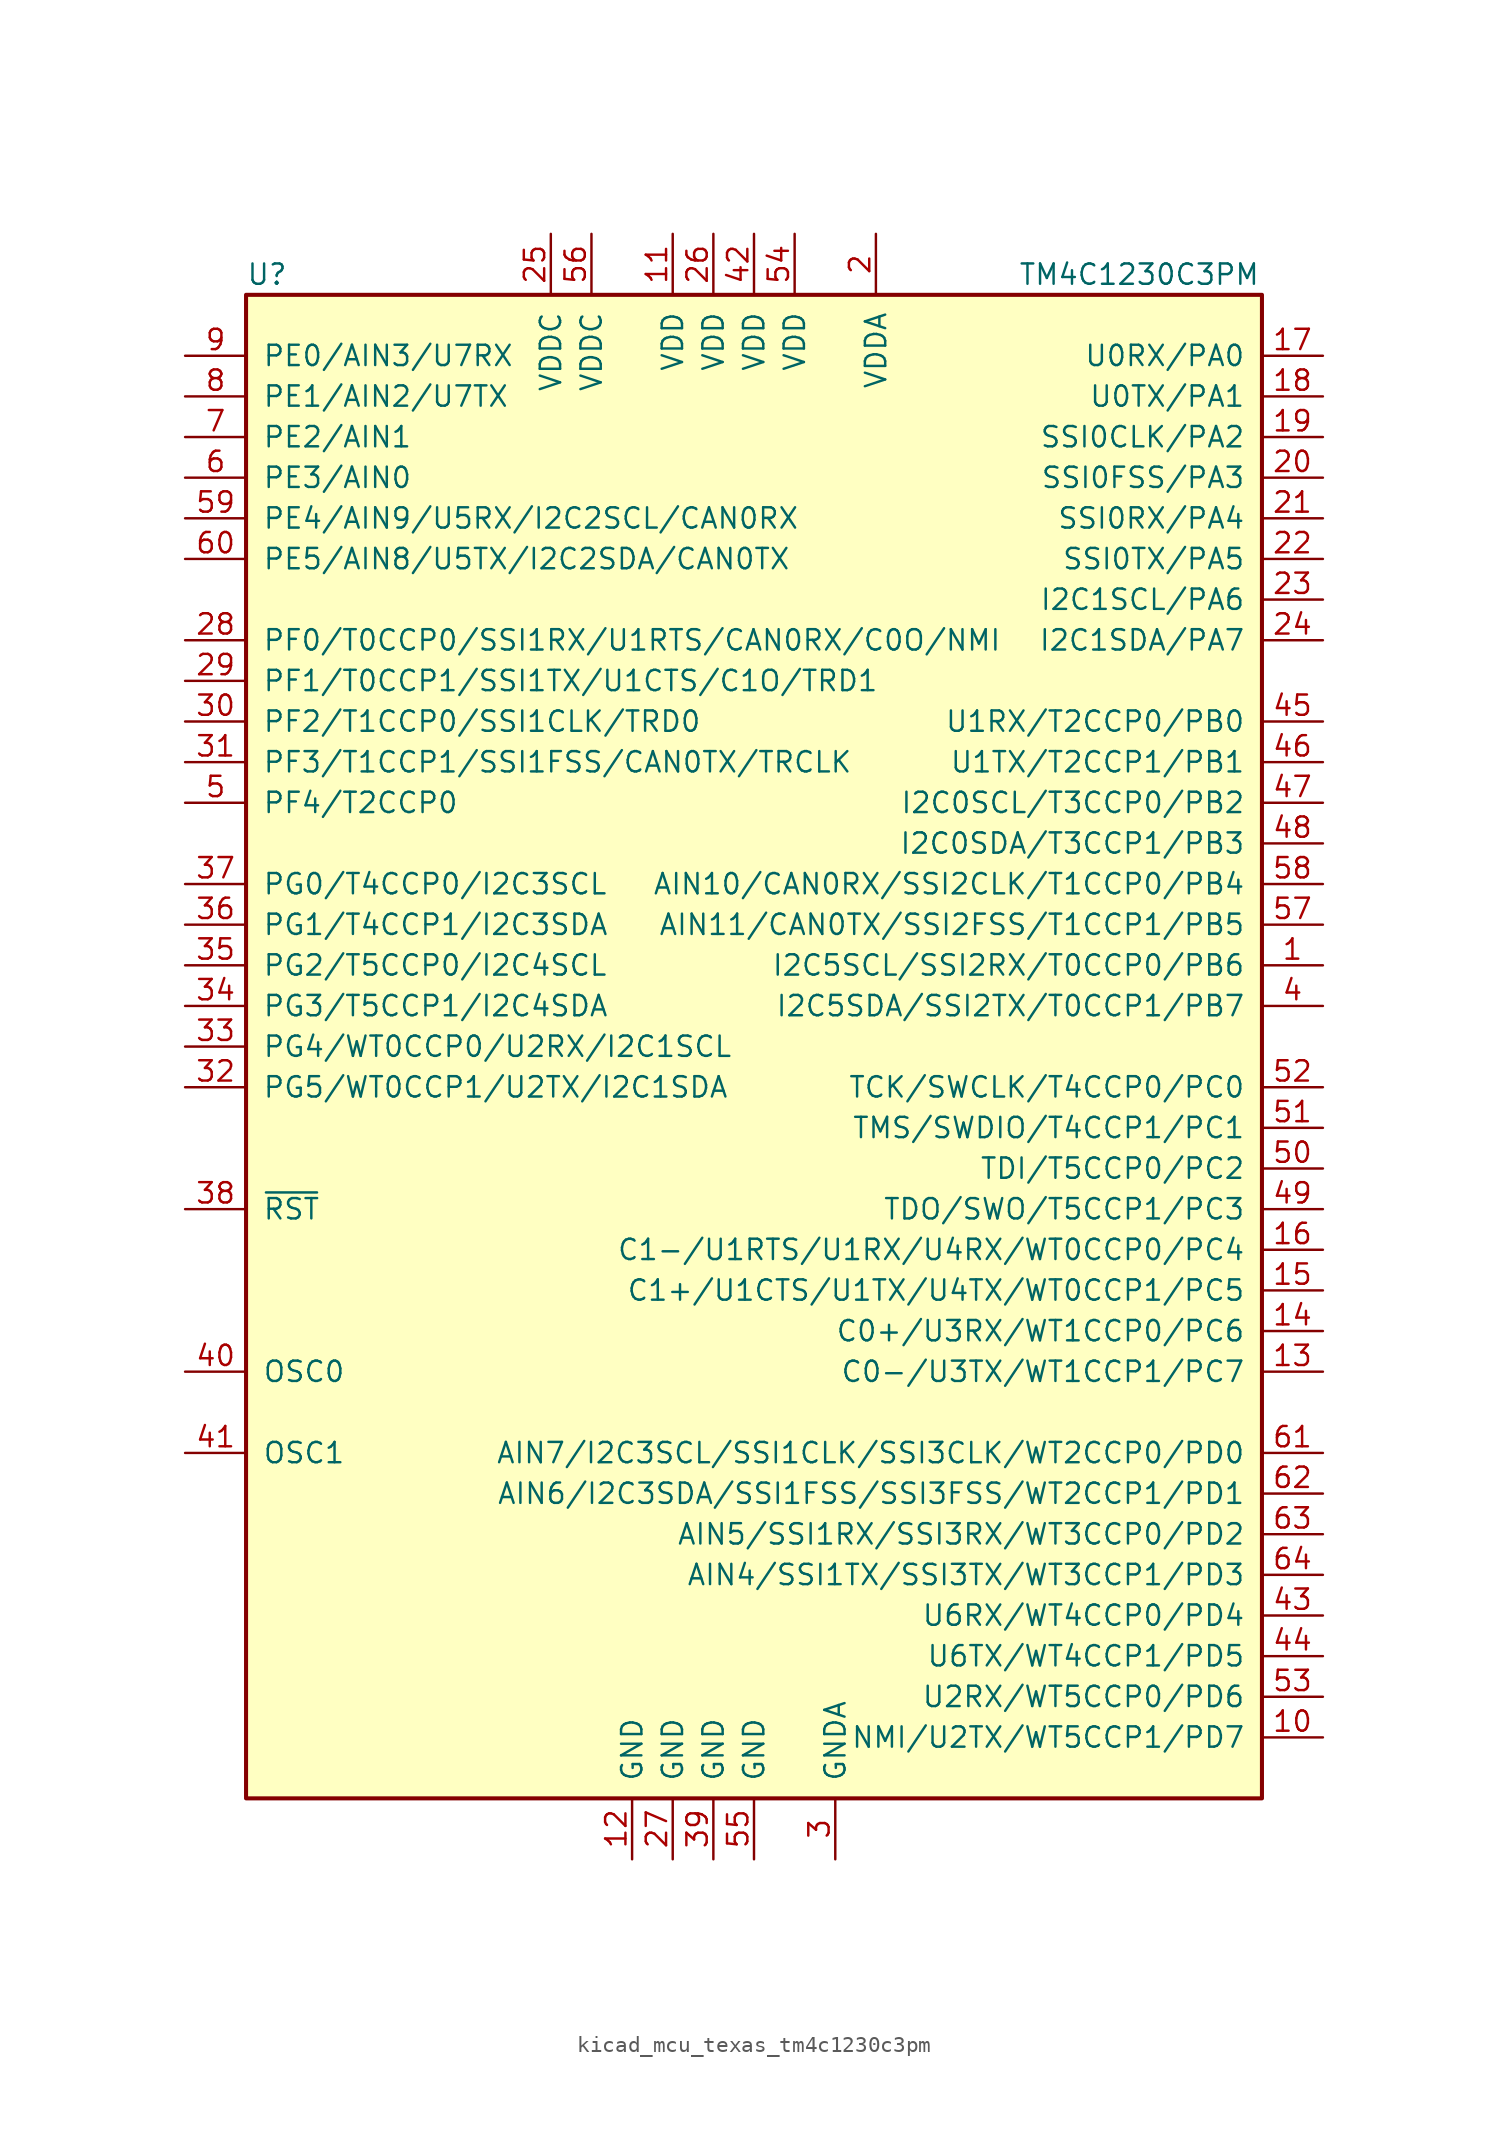
<source format=kicad_sym>
(kicad_symbol_lib
  (version 20220914)
  (generator kicad_symbol_editor)
  (symbol "kicad_mcu_texas_tm4c1230c3pm"
    (pin_names
      (offset 1.016))
    (property "Reference" "U"
      (at -31.75 48.26 0)
      (effects (font (size 1.27 1.27)) (justify left)))
    (property "Value" "TM4C1230C3PM"
      (at 16.51 48.26 0)
      (effects (font (size 1.27 1.27)) (justify left)))
    (symbol "kicad_mcu_texas_tm4c1230c3pm_0_1"
      (rectangle (start -31.75 46.99) (end 31.75 -46.99) (stroke (width 0.254) (type default)) (fill (type background))))
    (symbol "kicad_mcu_texas_tm4c1230c3pm_1_1"
      (pin bidirectional line (at 35.56 5.08 180) (length 3.81) (name "I2C5SCL/SSI2RX/T0CCP0/PB6" (effects (font (size 1.27 1.27)))) (number "1" (effects (font (size 1.27 1.27)))))
      (pin bidirectional line (at 35.56 -43.18 180) (length 3.81) (name "NMI/U2TX/WT5CCP1/PD7" (effects (font (size 1.27 1.27)))) (number "10" (effects (font (size 1.27 1.27)))))
      (pin power_in line (at -5.08 50.8 270) (length 3.81) (name "VDD" (effects (font (size 1.27 1.27)))) (number "11" (effects (font (size 1.27 1.27)))))
      (pin power_in line (at -7.62 -50.8 90) (length 3.81) (name "GND" (effects (font (size 1.27 1.27)))) (number "12" (effects (font (size 1.27 1.27)))))
      (pin bidirectional line (at 35.56 -20.32 180) (length 3.81) (name "C0-/U3TX/WT1CCP1/PC7" (effects (font (size 1.27 1.27)))) (number "13" (effects (font (size 1.27 1.27)))))
      (pin bidirectional line (at 35.56 -17.78 180) (length 3.81) (name "C0+/U3RX/WT1CCP0/PC6" (effects (font (size 1.27 1.27)))) (number "14" (effects (font (size 1.27 1.27)))))
      (pin bidirectional line (at 35.56 -15.24 180) (length 3.81) (name "C1+/U1CTS/U1TX/U4TX/WT0CCP1/PC5" (effects (font (size 1.27 1.27)))) (number "15" (effects (font (size 1.27 1.27)))))
      (pin bidirectional line (at 35.56 -12.7 180) (length 3.81) (name "C1-/U1RTS/U1RX/U4RX/WT0CCP0/PC4" (effects (font (size 1.27 1.27)))) (number "16" (effects (font (size 1.27 1.27)))))
      (pin bidirectional line (at 35.56 43.18 180) (length 3.81) (name "U0RX/PA0" (effects (font (size 1.27 1.27)))) (number "17" (effects (font (size 1.27 1.27)))))
      (pin bidirectional line (at 35.56 40.64 180) (length 3.81) (name "U0TX/PA1" (effects (font (size 1.27 1.27)))) (number "18" (effects (font (size 1.27 1.27)))))
      (pin bidirectional line (at 35.56 38.1 180) (length 3.81) (name "SSI0CLK/PA2" (effects (font (size 1.27 1.27)))) (number "19" (effects (font (size 1.27 1.27)))))
      (pin power_in line (at 7.62 50.8 270) (length 3.81) (name "VDDA" (effects (font (size 1.27 1.27)))) (number "2" (effects (font (size 1.27 1.27)))))
      (pin bidirectional line (at 35.56 35.56 180) (length 3.81) (name "SSI0FSS/PA3" (effects (font (size 1.27 1.27)))) (number "20" (effects (font (size 1.27 1.27)))))
      (pin bidirectional line (at 35.56 33.02 180) (length 3.81) (name "SSI0RX/PA4" (effects (font (size 1.27 1.27)))) (number "21" (effects (font (size 1.27 1.27)))))
      (pin bidirectional line (at 35.56 30.48 180) (length 3.81) (name "SSI0TX/PA5" (effects (font (size 1.27 1.27)))) (number "22" (effects (font (size 1.27 1.27)))))
      (pin bidirectional line (at 35.56 27.94 180) (length 3.81) (name "I2C1SCL/PA6" (effects (font (size 1.27 1.27)))) (number "23" (effects (font (size 1.27 1.27)))))
      (pin bidirectional line (at 35.56 25.4 180) (length 3.81) (name "I2C1SDA/PA7" (effects (font (size 1.27 1.27)))) (number "24" (effects (font (size 1.27 1.27)))))
      (pin power_in line (at -12.7 50.8 270) (length 3.81) (name "VDDC" (effects (font (size 1.27 1.27)))) (number "25" (effects (font (size 1.27 1.27)))))
      (pin power_in line (at -2.54 50.8 270) (length 3.81) (name "VDD" (effects (font (size 1.27 1.27)))) (number "26" (effects (font (size 1.27 1.27)))))
      (pin power_in line (at -5.08 -50.8 90) (length 3.81) (name "GND" (effects (font (size 1.27 1.27)))) (number "27" (effects (font (size 1.27 1.27)))))
      (pin bidirectional line (at -35.56 25.4 0) (length 3.81) (name "PF0/T0CCP0/SSI1RX/U1RTS/CAN0RX/C0O/NMI" (effects (font (size 1.27 1.27)))) (number "28" (effects (font (size 1.27 1.27)))))
      (pin bidirectional line (at -35.56 22.86 0) (length 3.81) (name "PF1/T0CCP1/SSI1TX/U1CTS/C1O/TRD1" (effects (font (size 1.27 1.27)))) (number "29" (effects (font (size 1.27 1.27)))))
      (pin power_in line (at 5.08 -50.8 90) (length 3.81) (name "GNDA" (effects (font (size 1.27 1.27)))) (number "3" (effects (font (size 1.27 1.27)))))
      (pin bidirectional line (at -35.56 20.32 0) (length 3.81) (name "PF2/T1CCP0/SSI1CLK/TRD0" (effects (font (size 1.27 1.27)))) (number "30" (effects (font (size 1.27 1.27)))))
      (pin bidirectional line (at -35.56 17.78 0) (length 3.81) (name "PF3/T1CCP1/SSI1FSS/CAN0TX/TRCLK" (effects (font (size 1.27 1.27)))) (number "31" (effects (font (size 1.27 1.27)))))
      (pin bidirectional line (at -35.56 -2.54 0) (length 3.81) (name "PG5/WT0CCP1/U2TX/I2C1SDA" (effects (font (size 1.27 1.27)))) (number "32" (effects (font (size 1.27 1.27)))))
      (pin bidirectional line (at -35.56 0 0) (length 3.81) (name "PG4/WT0CCP0/U2RX/I2C1SCL" (effects (font (size 1.27 1.27)))) (number "33" (effects (font (size 1.27 1.27)))))
      (pin bidirectional line (at -35.56 2.54 0) (length 3.81) (name "PG3/T5CCP1/I2C4SDA" (effects (font (size 1.27 1.27)))) (number "34" (effects (font (size 1.27 1.27)))))
      (pin bidirectional line (at -35.56 5.08 0) (length 3.81) (name "PG2/T5CCP0/I2C4SCL" (effects (font (size 1.27 1.27)))) (number "35" (effects (font (size 1.27 1.27)))))
      (pin bidirectional line (at -35.56 7.62 0) (length 3.81) (name "PG1/T4CCP1/I2C3SDA" (effects (font (size 1.27 1.27)))) (number "36" (effects (font (size 1.27 1.27)))))
      (pin bidirectional line (at -35.56 10.16 0) (length 3.81) (name "PG0/T4CCP0/I2C3SCL" (effects (font (size 1.27 1.27)))) (number "37" (effects (font (size 1.27 1.27)))))
      (pin input line (at -35.56 -10.16 0) (length 3.81) (name "~{RST}" (effects (font (size 1.27 1.27)))) (number "38" (effects (font (size 1.27 1.27)))))
      (pin power_in line (at -2.54 -50.8 90) (length 3.81) (name "GND" (effects (font (size 1.27 1.27)))) (number "39" (effects (font (size 1.27 1.27)))))
      (pin bidirectional line (at 35.56 2.54 180) (length 3.81) (name "I2C5SDA/SSI2TX/T0CCP1/PB7" (effects (font (size 1.27 1.27)))) (number "4" (effects (font (size 1.27 1.27)))))
      (pin passive line (at -35.56 -20.32 0) (length 3.81) (name "OSC0" (effects (font (size 1.27 1.27)))) (number "40" (effects (font (size 1.27 1.27)))))
      (pin passive line (at -35.56 -25.4 0) (length 3.81) (name "OSC1" (effects (font (size 1.27 1.27)))) (number "41" (effects (font (size 1.27 1.27)))))
      (pin power_in line (at 0 50.8 270) (length 3.81) (name "VDD" (effects (font (size 1.27 1.27)))) (number "42" (effects (font (size 1.27 1.27)))))
      (pin bidirectional line (at 35.56 -35.56 180) (length 3.81) (name "U6RX/WT4CCP0/PD4" (effects (font (size 1.27 1.27)))) (number "43" (effects (font (size 1.27 1.27)))))
      (pin bidirectional line (at 35.56 -38.1 180) (length 3.81) (name "U6TX/WT4CCP1/PD5" (effects (font (size 1.27 1.27)))) (number "44" (effects (font (size 1.27 1.27)))))
      (pin bidirectional line (at 35.56 20.32 180) (length 3.81) (name "U1RX/T2CCP0/PB0" (effects (font (size 1.27 1.27)))) (number "45" (effects (font (size 1.27 1.27)))))
      (pin bidirectional line (at 35.56 17.78 180) (length 3.81) (name "U1TX/T2CCP1/PB1" (effects (font (size 1.27 1.27)))) (number "46" (effects (font (size 1.27 1.27)))))
      (pin bidirectional line (at 35.56 15.24 180) (length 3.81) (name "I2C0SCL/T3CCP0/PB2" (effects (font (size 1.27 1.27)))) (number "47" (effects (font (size 1.27 1.27)))))
      (pin bidirectional line (at 35.56 12.7 180) (length 3.81) (name "I2C0SDA/T3CCP1/PB3" (effects (font (size 1.27 1.27)))) (number "48" (effects (font (size 1.27 1.27)))))
      (pin bidirectional line (at 35.56 -10.16 180) (length 3.81) (name "TDO/SWO/T5CCP1/PC3" (effects (font (size 1.27 1.27)))) (number "49" (effects (font (size 1.27 1.27)))))
      (pin bidirectional line (at -35.56 15.24 0) (length 3.81) (name "PF4/T2CCP0" (effects (font (size 1.27 1.27)))) (number "5" (effects (font (size 1.27 1.27)))))
      (pin bidirectional line (at 35.56 -7.62 180) (length 3.81) (name "TDI/T5CCP0/PC2" (effects (font (size 1.27 1.27)))) (number "50" (effects (font (size 1.27 1.27)))))
      (pin bidirectional line (at 35.56 -5.08 180) (length 3.81) (name "TMS/SWDIO/T4CCP1/PC1" (effects (font (size 1.27 1.27)))) (number "51" (effects (font (size 1.27 1.27)))))
      (pin bidirectional line (at 35.56 -2.54 180) (length 3.81) (name "TCK/SWCLK/T4CCP0/PC0" (effects (font (size 1.27 1.27)))) (number "52" (effects (font (size 1.27 1.27)))))
      (pin bidirectional line (at 35.56 -40.64 180) (length 3.81) (name "U2RX/WT5CCP0/PD6" (effects (font (size 1.27 1.27)))) (number "53" (effects (font (size 1.27 1.27)))))
      (pin power_in line (at 2.54 50.8 270) (length 3.81) (name "VDD" (effects (font (size 1.27 1.27)))) (number "54" (effects (font (size 1.27 1.27)))))
      (pin power_in line (at 0 -50.8 90) (length 3.81) (name "GND" (effects (font (size 1.27 1.27)))) (number "55" (effects (font (size 1.27 1.27)))))
      (pin power_in line (at -10.16 50.8 270) (length 3.81) (name "VDDC" (effects (font (size 1.27 1.27)))) (number "56" (effects (font (size 1.27 1.27)))))
      (pin bidirectional line (at 35.56 7.62 180) (length 3.81) (name "AIN11/CAN0TX/SSI2FSS/T1CCP1/PB5" (effects (font (size 1.27 1.27)))) (number "57" (effects (font (size 1.27 1.27)))))
      (pin bidirectional line (at 35.56 10.16 180) (length 3.81) (name "AIN10/CAN0RX/SSI2CLK/T1CCP0/PB4" (effects (font (size 1.27 1.27)))) (number "58" (effects (font (size 1.27 1.27)))))
      (pin bidirectional line (at -35.56 33.02 0) (length 3.81) (name "PE4/AIN9/U5RX/I2C2SCL/CAN0RX" (effects (font (size 1.27 1.27)))) (number "59" (effects (font (size 1.27 1.27)))))
      (pin bidirectional line (at -35.56 35.56 0) (length 3.81) (name "PE3/AIN0" (effects (font (size 1.27 1.27)))) (number "6" (effects (font (size 1.27 1.27)))))
      (pin bidirectional line (at -35.56 30.48 0) (length 3.81) (name "PE5/AIN8/U5TX/I2C2SDA/CAN0TX" (effects (font (size 1.27 1.27)))) (number "60" (effects (font (size 1.27 1.27)))))
      (pin bidirectional line (at 35.56 -25.4 180) (length 3.81) (name "AIN7/I2C3SCL/SSI1CLK/SSI3CLK/WT2CCP0/PD0" (effects (font (size 1.27 1.27)))) (number "61" (effects (font (size 1.27 1.27)))))
      (pin bidirectional line (at 35.56 -27.94 180) (length 3.81) (name "AIN6/I2C3SDA/SSI1FSS/SSI3FSS/WT2CCP1/PD1" (effects (font (size 1.27 1.27)))) (number "62" (effects (font (size 1.27 1.27)))))
      (pin bidirectional line (at 35.56 -30.48 180) (length 3.81) (name "AIN5/SSI1RX/SSI3RX/WT3CCP0/PD2" (effects (font (size 1.27 1.27)))) (number "63" (effects (font (size 1.27 1.27)))))
      (pin bidirectional line (at 35.56 -33.02 180) (length 3.81) (name "AIN4/SSI1TX/SSI3TX/WT3CCP1/PD3" (effects (font (size 1.27 1.27)))) (number "64" (effects (font (size 1.27 1.27)))))
      (pin bidirectional line (at -35.56 38.1 0) (length 3.81) (name "PE2/AIN1" (effects (font (size 1.27 1.27)))) (number "7" (effects (font (size 1.27 1.27)))))
      (pin bidirectional line (at -35.56 40.64 0) (length 3.81) (name "PE1/AIN2/U7TX" (effects (font (size 1.27 1.27)))) (number "8" (effects (font (size 1.27 1.27)))))
      (pin bidirectional line (at -35.56 43.18 0) (length 3.81) (name "PE0/AIN3/U7RX" (effects (font (size 1.27 1.27)))) (number "9" (effects (font (size 1.27 1.27))))))))
</source>
